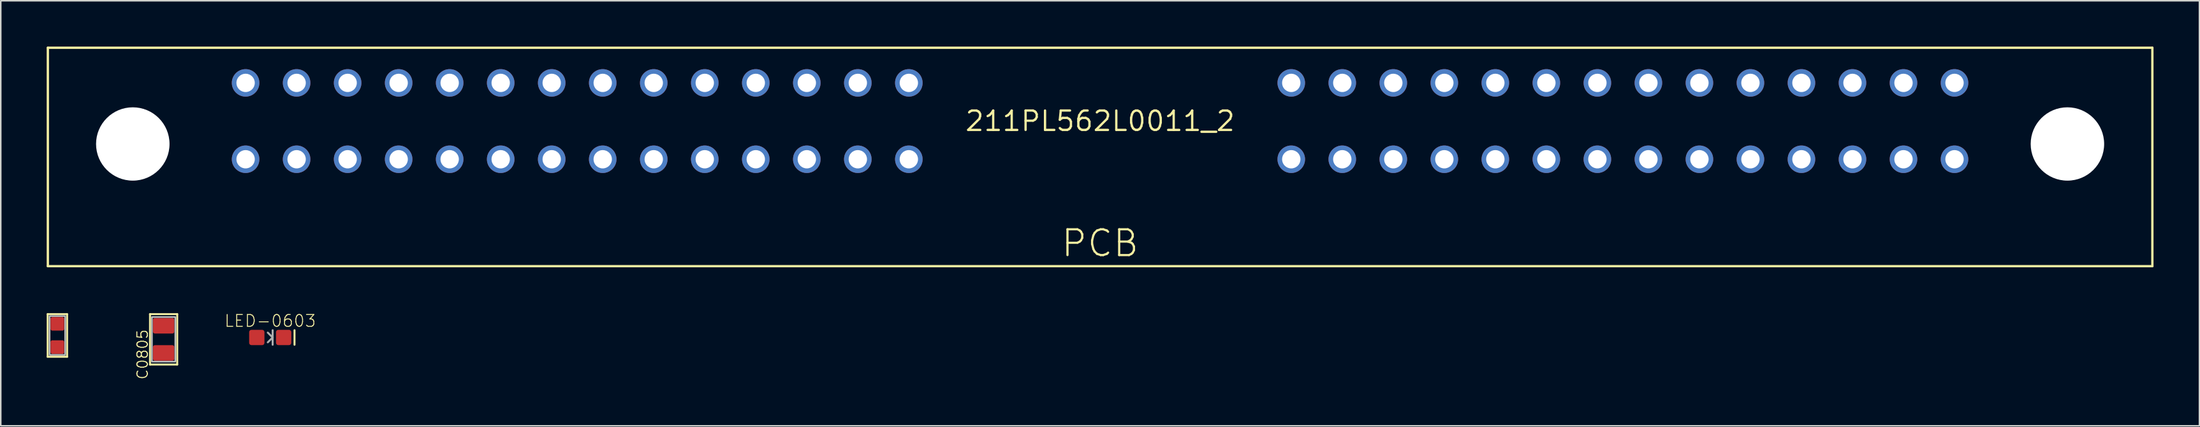
<source format=kicad_pcb>
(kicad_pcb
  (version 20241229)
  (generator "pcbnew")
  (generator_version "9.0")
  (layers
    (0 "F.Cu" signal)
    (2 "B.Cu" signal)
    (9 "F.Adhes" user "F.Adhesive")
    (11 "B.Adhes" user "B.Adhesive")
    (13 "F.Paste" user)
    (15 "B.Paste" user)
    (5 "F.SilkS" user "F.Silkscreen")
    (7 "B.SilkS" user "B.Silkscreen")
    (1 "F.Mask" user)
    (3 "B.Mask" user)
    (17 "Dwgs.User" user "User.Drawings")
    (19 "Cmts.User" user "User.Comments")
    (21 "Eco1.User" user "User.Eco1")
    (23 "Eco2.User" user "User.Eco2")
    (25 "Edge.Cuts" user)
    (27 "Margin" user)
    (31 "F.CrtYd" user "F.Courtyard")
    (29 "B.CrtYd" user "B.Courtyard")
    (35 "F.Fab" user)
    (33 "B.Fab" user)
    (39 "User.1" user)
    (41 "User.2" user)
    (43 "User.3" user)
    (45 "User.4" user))
  (footprint "211PL562L0011_2"
    (layer "F.Cu")
    (at 68.826 4.876)
    (property "Reference" "211PL562L0011_2" (at 0 0 0) (layer "F.SilkS") (effects (font (size 1.27 1.27) (thickness 0.15))))
    (attr through_hole)
    (fp_line (start -68.75 -4.8) (end -68.75 9.5) (stroke (width 0.152) (type solid)) (layer "F.SilkS"))
    (fp_line (start -68.75 9.5) (end 68.75 9.5) (stroke (width 0.152) (type solid)) (layer "F.SilkS"))
    (fp_line (start 68.75 -4.8) (end -68.75 -4.8) (stroke (width 0.152) (type solid)) (layer "F.SilkS"))
    (fp_line (start 68.75 9.5) (end 68.75 -4.8) (stroke (width 0.152) (type solid)) (layer "F.SilkS"))
    (fp_circle (center -63.2 1.5) (end -61.208 1.5) (stroke (width 0.005) (type solid)) (fill no) (layer "Dwgs.User"))
    (fp_circle (center 63.2 1.5) (end 65.192 1.5) (stroke (width 0.005) (type solid)) (fill no) (layer "Dwgs.User"))
    (fp_text user "PCB" (at 0 8 0) (layer "F.SilkS") (effects (font (size 1.689 1.689) (thickness 0.142))))
    (pad "" np_thru_hole circle (at -63.2 1.5) (size 4.8 4.8) (drill 4.8) (layers "*.Cu" "*.Mask"))
    (pad "" np_thru_hole circle (at 63.2 1.5) (size 4.8 4.8) (drill 4.8) (layers "*.Cu" "*.Mask"))
    (pad "P1" thru_hole circle (at -55.83 2.5) (size 1.8 1.8) (drill 1.2) (layers "*.Cu" "*.Mask"))
    (pad "P2" thru_hole circle (at -52.497 2.5) (size 1.8 1.8) (drill 1.2) (layers "*.Cu" "*.Mask"))
    (pad "P3" thru_hole circle (at -49.163 2.5) (size 1.8 1.8) (drill 1.2) (layers "*.Cu" "*.Mask"))
    (pad "P4" thru_hole circle (at -45.83 2.5) (size 1.8 1.8) (drill 1.2) (layers "*.Cu" "*.Mask"))
    (pad "P5" thru_hole circle (at -42.497 2.5) (size 1.8 1.8) (drill 1.2) (layers "*.Cu" "*.Mask"))
    (pad "P6" thru_hole circle (at -39.163 2.5) (size 1.8 1.8) (drill 1.2) (layers "*.Cu" "*.Mask"))
    (pad "P7" thru_hole circle (at -35.83 2.5) (size 1.8 1.8) (drill 1.2) (layers "*.Cu" "*.Mask"))
    (pad "P8" thru_hole circle (at -32.497 2.5) (size 1.8 1.8) (drill 1.2) (layers "*.Cu" "*.Mask"))
    (pad "P9" thru_hole circle (at -29.163 2.5) (size 1.8 1.8) (drill 1.2) (layers "*.Cu" "*.Mask"))
    (pad "P10" thru_hole circle (at -25.83 2.5) (size 1.8 1.8) (drill 1.2) (layers "*.Cu" "*.Mask"))
    (pad "P11" thru_hole circle (at -22.497 2.5) (size 1.8 1.8) (drill 1.2) (layers "*.Cu" "*.Mask"))
    (pad "P12" thru_hole circle (at -19.163 2.5) (size 1.8 1.8) (drill 1.2) (layers "*.Cu" "*.Mask"))
    (pad "P13" thru_hole circle (at -15.83 2.5) (size 1.8 1.8) (drill 1.2) (layers "*.Cu" "*.Mask"))
    (pad "P14" thru_hole circle (at -12.497 2.5) (size 1.8 1.8) (drill 1.2) (layers "*.Cu" "*.Mask"))
    (pad "P15" thru_hole circle (at -12.497 -2.5) (size 1.8 1.8) (drill 1.2) (layers "*.Cu" "*.Mask"))
    (pad "P16" thru_hole circle (at -15.83 -2.5) (size 1.8 1.8) (drill 1.2) (layers "*.Cu" "*.Mask"))
    (pad "P17" thru_hole circle (at -19.163 -2.5) (size 1.8 1.8) (drill 1.2) (layers "*.Cu" "*.Mask"))
    (pad "P18" thru_hole circle (at -22.497 -2.5) (size 1.8 1.8) (drill 1.2) (layers "*.Cu" "*.Mask"))
    (pad "P19" thru_hole circle (at -25.83 -2.5) (size 1.8 1.8) (drill 1.2) (layers "*.Cu" "*.Mask"))
    (pad "P20" thru_hole circle (at -29.163 -2.5) (size 1.8 1.8) (drill 1.2) (layers "*.Cu" "*.Mask"))
    (pad "P21" thru_hole circle (at -32.497 -2.5) (size 1.8 1.8) (drill 1.2) (layers "*.Cu" "*.Mask"))
    (pad "P22" thru_hole circle (at -35.83 -2.5) (size 1.8 1.8) (drill 1.2) (layers "*.Cu" "*.Mask"))
    (pad "P23" thru_hole circle (at -39.163 -2.5) (size 1.8 1.8) (drill 1.2) (layers "*.Cu" "*.Mask"))
    (pad "P24" thru_hole circle (at -42.497 -2.5) (size 1.8 1.8) (drill 1.2) (layers "*.Cu" "*.Mask"))
    (pad "P25" thru_hole circle (at -45.83 -2.5) (size 1.8 1.8) (drill 1.2) (layers "*.Cu" "*.Mask"))
    (pad "P26" thru_hole circle (at -49.163 -2.5) (size 1.8 1.8) (drill 1.2) (layers "*.Cu" "*.Mask"))
    (pad "P27" thru_hole circle (at -52.497 -2.5) (size 1.8 1.8) (drill 1.2) (layers "*.Cu" "*.Mask"))
    (pad "P28" thru_hole circle (at -55.83 -2.5) (size 1.8 1.8) (drill 1.2) (layers "*.Cu" "*.Mask"))
    (pad "P29" thru_hole circle (at 12.49 2.5) (size 1.8 1.8) (drill 1.2) (layers "*.Cu" "*.Mask"))
    (pad "P30" thru_hole circle (at 15.823 2.5) (size 1.8 1.8) (drill 1.2) (layers "*.Cu" "*.Mask"))
    (pad "P31" thru_hole circle (at 19.157 2.5) (size 1.8 1.8) (drill 1.2) (layers "*.Cu" "*.Mask"))
    (pad "P32" thru_hole circle (at 22.49 2.5) (size 1.8 1.8) (drill 1.2) (layers "*.Cu" "*.Mask"))
    (pad "P33" thru_hole circle (at 25.823 2.5) (size 1.8 1.8) (drill 1.2) (layers "*.Cu" "*.Mask"))
    (pad "P34" thru_hole circle (at 29.157 2.5) (size 1.8 1.8) (drill 1.2) (layers "*.Cu" "*.Mask"))
    (pad "P35" thru_hole circle (at 32.49 2.5) (size 1.8 1.8) (drill 1.2) (layers "*.Cu" "*.Mask"))
    (pad "P36" thru_hole circle (at 35.823 2.5) (size 1.8 1.8) (drill 1.2) (layers "*.Cu" "*.Mask"))
    (pad "P37" thru_hole circle (at 39.157 2.5) (size 1.8 1.8) (drill 1.2) (layers "*.Cu" "*.Mask"))
    (pad "P38" thru_hole circle (at 42.49 2.5) (size 1.8 1.8) (drill 1.2) (layers "*.Cu" "*.Mask"))
    (pad "P39" thru_hole circle (at 45.823 2.5) (size 1.8 1.8) (drill 1.2) (layers "*.Cu" "*.Mask"))
    (pad "P40" thru_hole circle (at 49.157 2.5) (size 1.8 1.8) (drill 1.2) (layers "*.Cu" "*.Mask"))
    (pad "P41" thru_hole circle (at 52.49 2.5) (size 1.8 1.8) (drill 1.2) (layers "*.Cu" "*.Mask"))
    (pad "P42" thru_hole circle (at 55.823 2.5) (size 1.8 1.8) (drill 1.2) (layers "*.Cu" "*.Mask"))
    (pad "P43" thru_hole circle (at 55.823 -2.5) (size 1.8 1.8) (drill 1.2) (layers "*.Cu" "*.Mask"))
    (pad "P44" thru_hole circle (at 52.49 -2.5) (size 1.8 1.8) (drill 1.2) (layers "*.Cu" "*.Mask"))
    (pad "P45" thru_hole circle (at 49.157 -2.5) (size 1.8 1.8) (drill 1.2) (layers "*.Cu" "*.Mask"))
    (pad "P46" thru_hole circle (at 45.823 -2.5) (size 1.8 1.8) (drill 1.2) (layers "*.Cu" "*.Mask"))
    (pad "P47" thru_hole circle (at 42.49 -2.5) (size 1.8 1.8) (drill 1.2) (layers "*.Cu" "*.Mask"))
    (pad "P48" thru_hole circle (at 39.157 -2.5) (size 1.8 1.8) (drill 1.2) (layers "*.Cu" "*.Mask"))
    (pad "P49" thru_hole circle (at 35.823 -2.5) (size 1.8 1.8) (drill 1.2) (layers "*.Cu" "*.Mask"))
    (pad "P50" thru_hole circle (at 32.49 -2.5) (size 1.8 1.8) (drill 1.2) (layers "*.Cu" "*.Mask"))
    (pad "P51" thru_hole circle (at 29.157 -2.5) (size 1.8 1.8) (drill 1.2) (layers "*.Cu" "*.Mask"))
    (pad "P52" thru_hole circle (at 25.823 -2.5) (size 1.8 1.8) (drill 1.2) (layers "*.Cu" "*.Mask"))
    (pad "P53" thru_hole circle (at 22.49 -2.5) (size 1.8 1.8) (drill 1.2) (layers "*.Cu" "*.Mask"))
    (pad "P54" thru_hole circle (at 19.157 -2.5) (size 1.8 1.8) (drill 1.2) (layers "*.Cu" "*.Mask"))
    (pad "P55" thru_hole circle (at 15.823 -2.5) (size 1.8 1.8) (drill 1.2) (layers "*.Cu" "*.Mask"))
    (pad "P56" thru_hole circle (at 12.49 -2.5) (size 1.8 1.8) (drill 1.2) (layers "*.Cu" "*.Mask")))
  (footprint "C0603"
    (layer "F.Cu")
    (at 0.699 18.913)
    (property "Reference" "C0603" (at 0.889 -1.27 90) (layer "F.Mask") (effects (font (size 0.845 0.845) (thickness 0.093)) (justify right top)))
    (attr through_hole)
    (fp_line (start -0.635 -1.397) (end 0.635 -1.397) (stroke (width 0.127) (type solid)) (layer "F.SilkS"))
    (fp_line (start -0.635 1.397) (end -0.635 -1.397) (stroke (width 0.127) (type solid)) (layer "F.SilkS"))
    (fp_line (start 0.635 -1.397) (end 0.635 1.397) (stroke (width 0.127) (type solid)) (layer "F.SilkS"))
    (fp_line (start 0.635 1.397) (end -0.635 1.397) (stroke (width 0.127) (type solid)) (layer "F.SilkS"))
    (fp_poly (pts (xy -0.508 -1.27) (xy -0.508 1.27) (xy 0.508 1.27) (xy 0.508 -1.27)) (stroke (width 0.1) (type solid)) (fill no) (layer "Dwgs.User"))
    (pad "1" smd roundrect (at 0 -0.762 270) (size 0.889 0.889) (layers "F.Cu" "F.Mask" "F.Paste") (roundrect_rratio 0.125))
    (pad "2" smd roundrect (at 0 0.762 270) (size 0.889 0.889) (layers "F.Cu" "F.Mask" "F.Paste") (roundrect_rratio 0.125)))
  (footprint "C0805"
    (layer "F.Cu")
    (at 7.64 19.167)
    (property "Reference" "C0805" (at -1.778 -0.699 270) (layer "F.SilkS") (effects (font (size 0.684 0.684) (thickness 0.068)) (justify right top)))
    (attr through_hole)
    (fp_line (start -0.889 -1.651) (end 0.889 -1.651) (stroke (width 0.127) (type solid)) (layer "F.SilkS"))
    (fp_line (start -0.889 1.651) (end -0.889 -1.651) (stroke (width 0.127) (type solid)) (layer "F.SilkS"))
    (fp_line (start 0.889 -1.651) (end 0.889 1.651) (stroke (width 0.127) (type solid)) (layer "F.SilkS"))
    (fp_line (start 0.889 1.651) (end -0.889 1.651) (stroke (width 0.127) (type solid)) (layer "F.SilkS"))
    (fp_poly (pts (xy -0.762 -1.46) (xy -0.762 1.46) (xy 0.762 1.46) (xy 0.762 -1.46)) (stroke (width 0.1) (type solid)) (fill no) (layer "Dwgs.User"))
    (pad "1" smd roundrect (at 0 -0.889 270) (size 1.016 1.397) (layers "F.Cu" "F.Mask" "F.Paste") (roundrect_rratio 0.125))
    (pad "2" smd roundrect (at 0 0.889 270) (size 1.016 1.397) (layers "F.Cu" "F.Mask" "F.Paste") (roundrect_rratio 0.125)))
  (footprint "LED-0603"
    (layer "F.Cu")
    (at 14.605 19.045)
    (property "Reference" "LED-0603" (at 0 -0.635 180) (layer "F.SilkS") (effects (font (size 0.772 0.772) (thickness 0.062)) (justify bottom)))
    (attr through_hole)
    (fp_line (start 1.587 -0.476) (end 1.587 0.476) (stroke (width 0.127) (type solid)) (layer "F.SilkS"))
    (fp_line (start 0.159 -0.476) (end 0.159 0) (stroke (width 0.127) (type solid)) (layer "F.Fab"))
    (fp_line (start 0.159 0) (end -0.159 -0.318) (stroke (width 0.127) (type solid)) (layer "F.Fab"))
    (fp_line (start 0.159 0) (end -0.159 0.318) (stroke (width 0.127) (type solid)) (layer "F.Fab"))
    (fp_line (start 0.159 0) (end 0.159 0.476) (stroke (width 0.127) (type solid)) (layer "F.Fab"))
    (pad "A" smd roundrect (at -0.877 0 270) (size 1 1) (layers "F.Cu" "F.Mask" "F.Paste") (roundrect_rratio 0.15))
    (pad "C" smd roundrect (at 0.877 0 270) (size 1 1) (layers "F.Cu" "F.Mask" "F.Paste") (roundrect_rratio 0.15)))
  (gr_rect
    (start -3 -3)
    (end 140.652 24.827)
    (stroke (width 0.1) (type default))
    (fill no)
    (layer "Edge.Cuts")))
</source>
